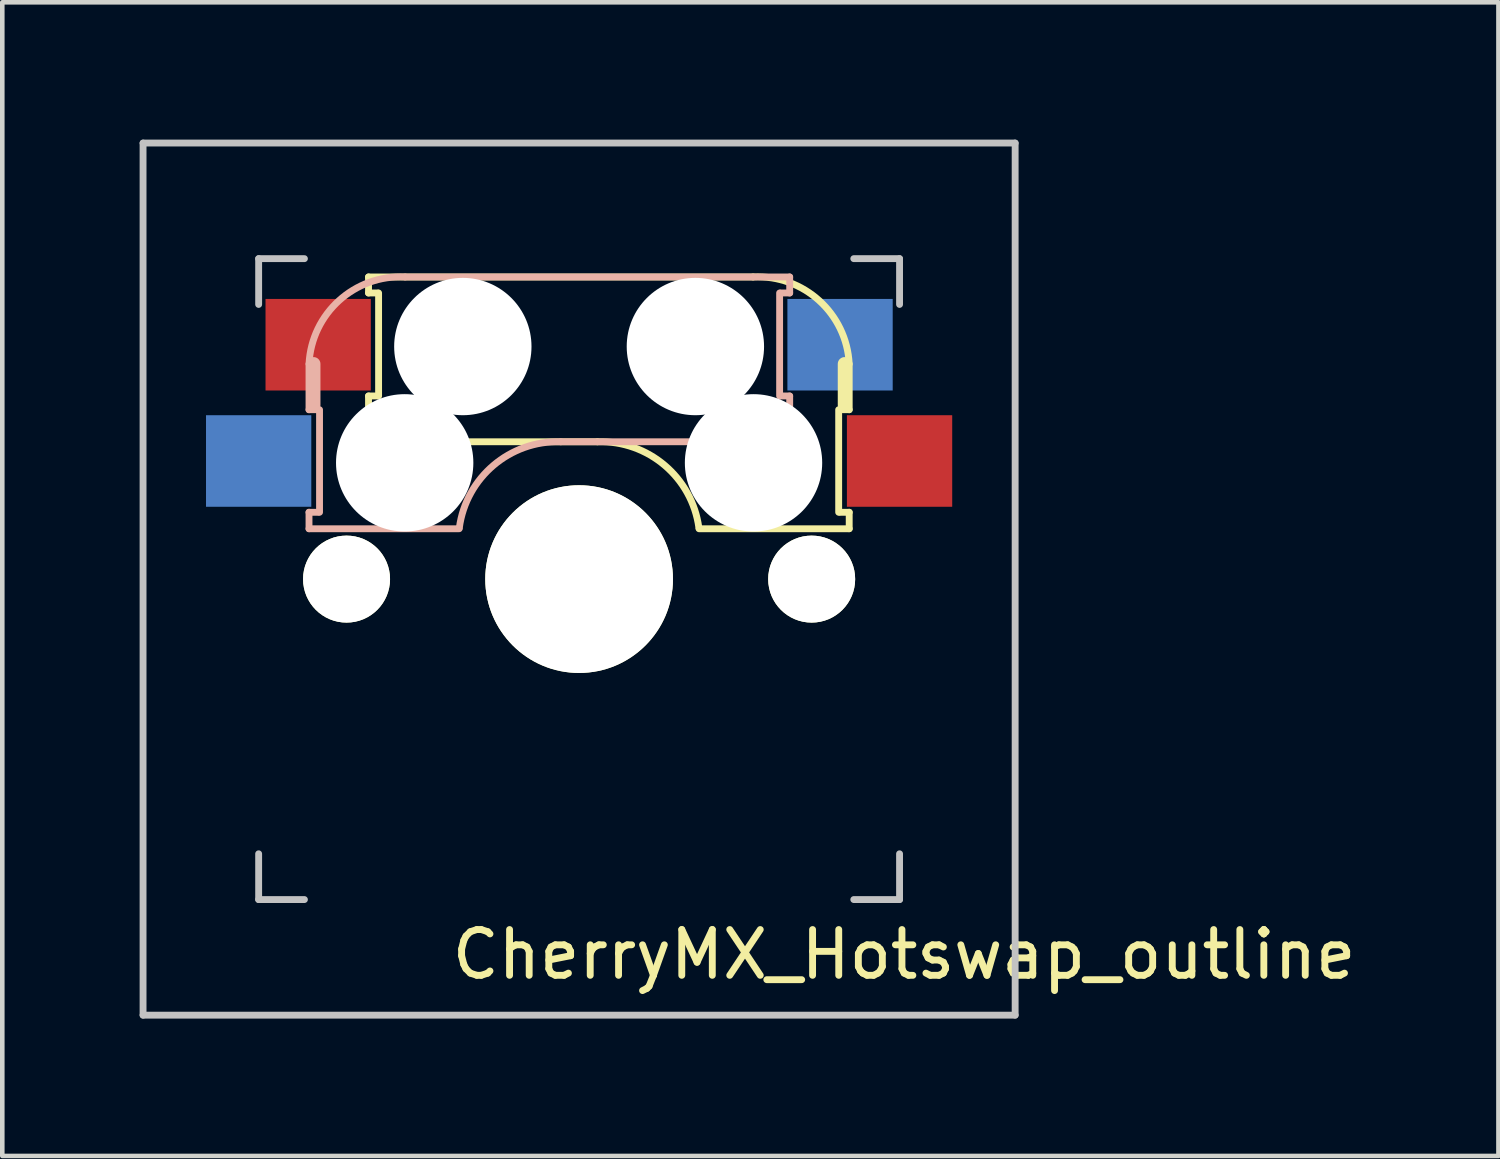
<source format=kicad_pcb>
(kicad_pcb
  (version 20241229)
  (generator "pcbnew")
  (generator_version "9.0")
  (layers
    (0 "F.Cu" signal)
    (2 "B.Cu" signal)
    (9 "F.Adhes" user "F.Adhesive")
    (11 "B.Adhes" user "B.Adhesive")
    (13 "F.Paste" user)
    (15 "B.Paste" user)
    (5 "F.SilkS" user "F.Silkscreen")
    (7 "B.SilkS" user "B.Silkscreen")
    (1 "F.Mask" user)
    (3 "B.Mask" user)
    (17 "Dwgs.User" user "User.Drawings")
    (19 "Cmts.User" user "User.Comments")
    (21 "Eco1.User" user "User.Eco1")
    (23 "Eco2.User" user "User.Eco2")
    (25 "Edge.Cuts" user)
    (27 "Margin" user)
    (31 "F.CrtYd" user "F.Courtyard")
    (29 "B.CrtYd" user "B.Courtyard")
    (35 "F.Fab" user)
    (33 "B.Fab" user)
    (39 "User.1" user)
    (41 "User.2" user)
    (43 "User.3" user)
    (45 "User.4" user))
  (footprint "CherryMX_Hotswap_outline"
    (layer "F.Cu")
    (at 9.6 9.6)
    (property "Reference" "CherryMX_Hotswap_outline" (at 7.1 8.2 0) (layer "F.SilkS") (effects (font (size 1 1) (thickness 0.15))))
    (attr through_hole)
    (fp_line (start -4.6 -6.6) (end 3.8 -6.6) (stroke (width 0.15) (type solid)) (layer "F.SilkS"))
    (fp_line (start -4.6 -6.25) (end -4.6 -6.6) (stroke (width 0.15) (type solid)) (layer "F.SilkS"))
    (fp_line (start -4.6 -4) (end -4.4 -4) (stroke (width 0.15) (type solid)) (layer "F.SilkS"))
    (fp_line (start -4.6 -3) (end -4.6 -4) (stroke (width 0.15) (type solid)) (layer "F.SilkS"))
    (fp_line (start -4.4 -6.25) (end -4.6 -6.25) (stroke (width 0.15) (type solid)) (layer "F.SilkS"))
    (fp_line (start -4.38 -4) (end -4.38 -6.25) (stroke (width 0.15) (type solid)) (layer "F.SilkS"))
    (fp_line (start 0.4 -3) (end -4.6 -3) (stroke (width 0.15) (type solid)) (layer "F.SilkS"))
    (fp_line (start 5.67 -3.7) (end 5.67 -1.46) (stroke (width 0.15) (type solid)) (layer "F.SilkS"))
    (fp_line (start 5.7 -1.46) (end 5.9 -1.46) (stroke (width 0.15) (type solid)) (layer "F.SilkS"))
    (fp_line (start 5.8 -3.8) (end 5.8 -4.7) (stroke (width 0.3) (type solid)) (layer "F.SilkS"))
    (fp_line (start 5.9 -4.7) (end 5.9 -3.7) (stroke (width 0.15) (type solid)) (layer "F.SilkS"))
    (fp_line (start 5.9 -3.7) (end 5.7 -3.7) (stroke (width 0.15) (type solid)) (layer "F.SilkS"))
    (fp_line (start 5.9 -1.1) (end 2.62 -1.1) (stroke (width 0.15) (type solid)) (layer "F.SilkS"))
    (fp_line (start 5.9 -1.1) (end 5.9 -1.46) (stroke (width 0.15) (type solid)) (layer "F.SilkS"))
    (fp_arc (start 0.4 -3) (mid 1.868709 -2.486118) (end 2.616318 -1.121471) (stroke (width 0.15) (type solid)) (layer "F.SilkS"))
    (fp_arc (start 3.8 -6.600001) (mid 5.243504 -6.084925) (end 5.900001 -4.7) (stroke (width 0.15) (type solid)) (layer "F.SilkS"))
    (fp_line (start -5.9 -4.7) (end -5.9 -3.7) (stroke (width 0.15) (type solid)) (layer "B.SilkS"))
    (fp_line (start -5.9 -3.7) (end -5.7 -3.7) (stroke (width 0.15) (type solid)) (layer "B.SilkS"))
    (fp_line (start -5.9 -1.1) (end -5.9 -1.46) (stroke (width 0.15) (type solid)) (layer "B.SilkS"))
    (fp_line (start -5.9 -1.1) (end -2.62 -1.1) (stroke (width 0.15) (type solid)) (layer "B.SilkS"))
    (fp_line (start -5.8 -3.8) (end -5.8 -4.7) (stroke (width 0.3) (type solid)) (layer "B.SilkS"))
    (fp_line (start -5.7 -1.46) (end -5.9 -1.46) (stroke (width 0.15) (type solid)) (layer "B.SilkS"))
    (fp_line (start -5.67 -3.7) (end -5.67 -1.46) (stroke (width 0.15) (type solid)) (layer "B.SilkS"))
    (fp_line (start -0.4 -3) (end 4.6 -3) (stroke (width 0.15) (type solid)) (layer "B.SilkS"))
    (fp_line (start 4.38 -4) (end 4.38 -6.25) (stroke (width 0.15) (type solid)) (layer "B.SilkS"))
    (fp_line (start 4.4 -6.25) (end 4.6 -6.25) (stroke (width 0.15) (type solid)) (layer "B.SilkS"))
    (fp_line (start 4.6 -6.6) (end -3.8 -6.6) (stroke (width 0.15) (type solid)) (layer "B.SilkS"))
    (fp_line (start 4.6 -6.25) (end 4.6 -6.6) (stroke (width 0.15) (type solid)) (layer "B.SilkS"))
    (fp_line (start 4.6 -4) (end 4.4 -4) (stroke (width 0.15) (type solid)) (layer "B.SilkS"))
    (fp_line (start 4.6 -3) (end 4.6 -4) (stroke (width 0.15) (type solid)) (layer "B.SilkS"))
    (fp_arc (start -5.9 -4.699999) (mid -5.243504 -6.084924) (end -3.800001 -6.6) (stroke (width 0.15) (type solid)) (layer "B.SilkS"))
    (fp_arc (start -2.616318 -1.121471) (mid -1.868709 -2.486118) (end -0.4 -3) (stroke (width 0.15) (type solid)) (layer "B.SilkS"))
    (fp_line (start -9.525 -9.525) (end 9.525 -9.525) (stroke (width 0.15) (type solid)) (layer "Dwgs.User"))
    (fp_line (start -9.525 9.525) (end -9.525 -9.525) (stroke (width 0.15) (type solid)) (layer "Dwgs.User"))
    (fp_line (start -7 -7) (end -6 -7) (stroke (width 0.15) (type solid)) (layer "Dwgs.User"))
    (fp_line (start -7 -6) (end -7 -7) (stroke (width 0.15) (type solid)) (layer "Dwgs.User"))
    (fp_line (start -7 6) (end -7 7) (stroke (width 0.15) (type solid)) (layer "Dwgs.User"))
    (fp_line (start -7 7) (end -6 7) (stroke (width 0.15) (type solid)) (layer "Dwgs.User"))
    (fp_line (start 6 7) (end 7 7) (stroke (width 0.15) (type solid)) (layer "Dwgs.User"))
    (fp_line (start 7 -7) (end 6 -7) (stroke (width 0.15) (type solid)) (layer "Dwgs.User"))
    (fp_line (start 7 -7) (end 7 -6) (stroke (width 0.15) (type solid)) (layer "Dwgs.User"))
    (fp_line (start 7 7) (end 7 6) (stroke (width 0.15) (type solid)) (layer "Dwgs.User"))
    (fp_line (start 9.525 -9.525) (end 9.525 9.525) (stroke (width 0.15) (type solid)) (layer "Dwgs.User"))
    (fp_line (start 9.525 9.525) (end -9.525 9.525) (stroke (width 0.15) (type solid)) (layer "Dwgs.User"))
    (pad "" np_thru_hole circle (at -5.08 0) (size 1.9 1.9) (drill 1.9) (layers "*.Cu" "*.Mask" "F.SilkS"))
    (pad "" np_thru_hole circle (at -3.81 -2.54 180) (size 3 3) (drill 3) (layers "*.Cu" "*.Mask"))
    (pad "" np_thru_hole circle (at -2.54 -5.08 180) (size 3 3) (drill 3) (layers "*.Cu" "*.Mask"))
    (pad "" np_thru_hole circle (at 0 0 90) (size 4.1 4.1) (drill 4.1) (layers "*.Cu" "*.Mask" "F.SilkS"))
    (pad "" np_thru_hole circle (at 2.54 -5.08 180) (size 3 3) (drill 3) (layers "*.Cu" "*.Mask"))
    (pad "" np_thru_hole circle (at 3.81 -2.54 180) (size 3 3) (drill 3) (layers "*.Cu" "*.Mask"))
    (pad "" np_thru_hole circle (at 5.08 0) (size 1.9 1.9) (drill 1.9) (layers "*.Cu" "*.Mask" "F.SilkS"))
    (pad "1" smd rect (at -7 -2.58 180) (size 2.3 2) (layers "B.Cu" "B.Mask" "B.Paste"))
    (pad "1" smd rect (at 7 -2.58 180) (size 2.3 2) (layers "F.Cu" "F.Mask" "F.Paste"))
    (pad "2" smd rect (at -5.7 -5.12 180) (size 2.3 2) (layers "F.Cu" "F.Mask" "F.Paste"))
    (pad "2" smd rect (at 5.7 -5.12 180) (size 2.3 2) (layers "B.Cu" "B.Mask" "B.Paste")))
  (gr_rect
    (start -3 -3)
    (end 29.682 22.2)
    (stroke (width 0.1) (type default))
    (fill no)
    (layer "Edge.Cuts")))
</source>
